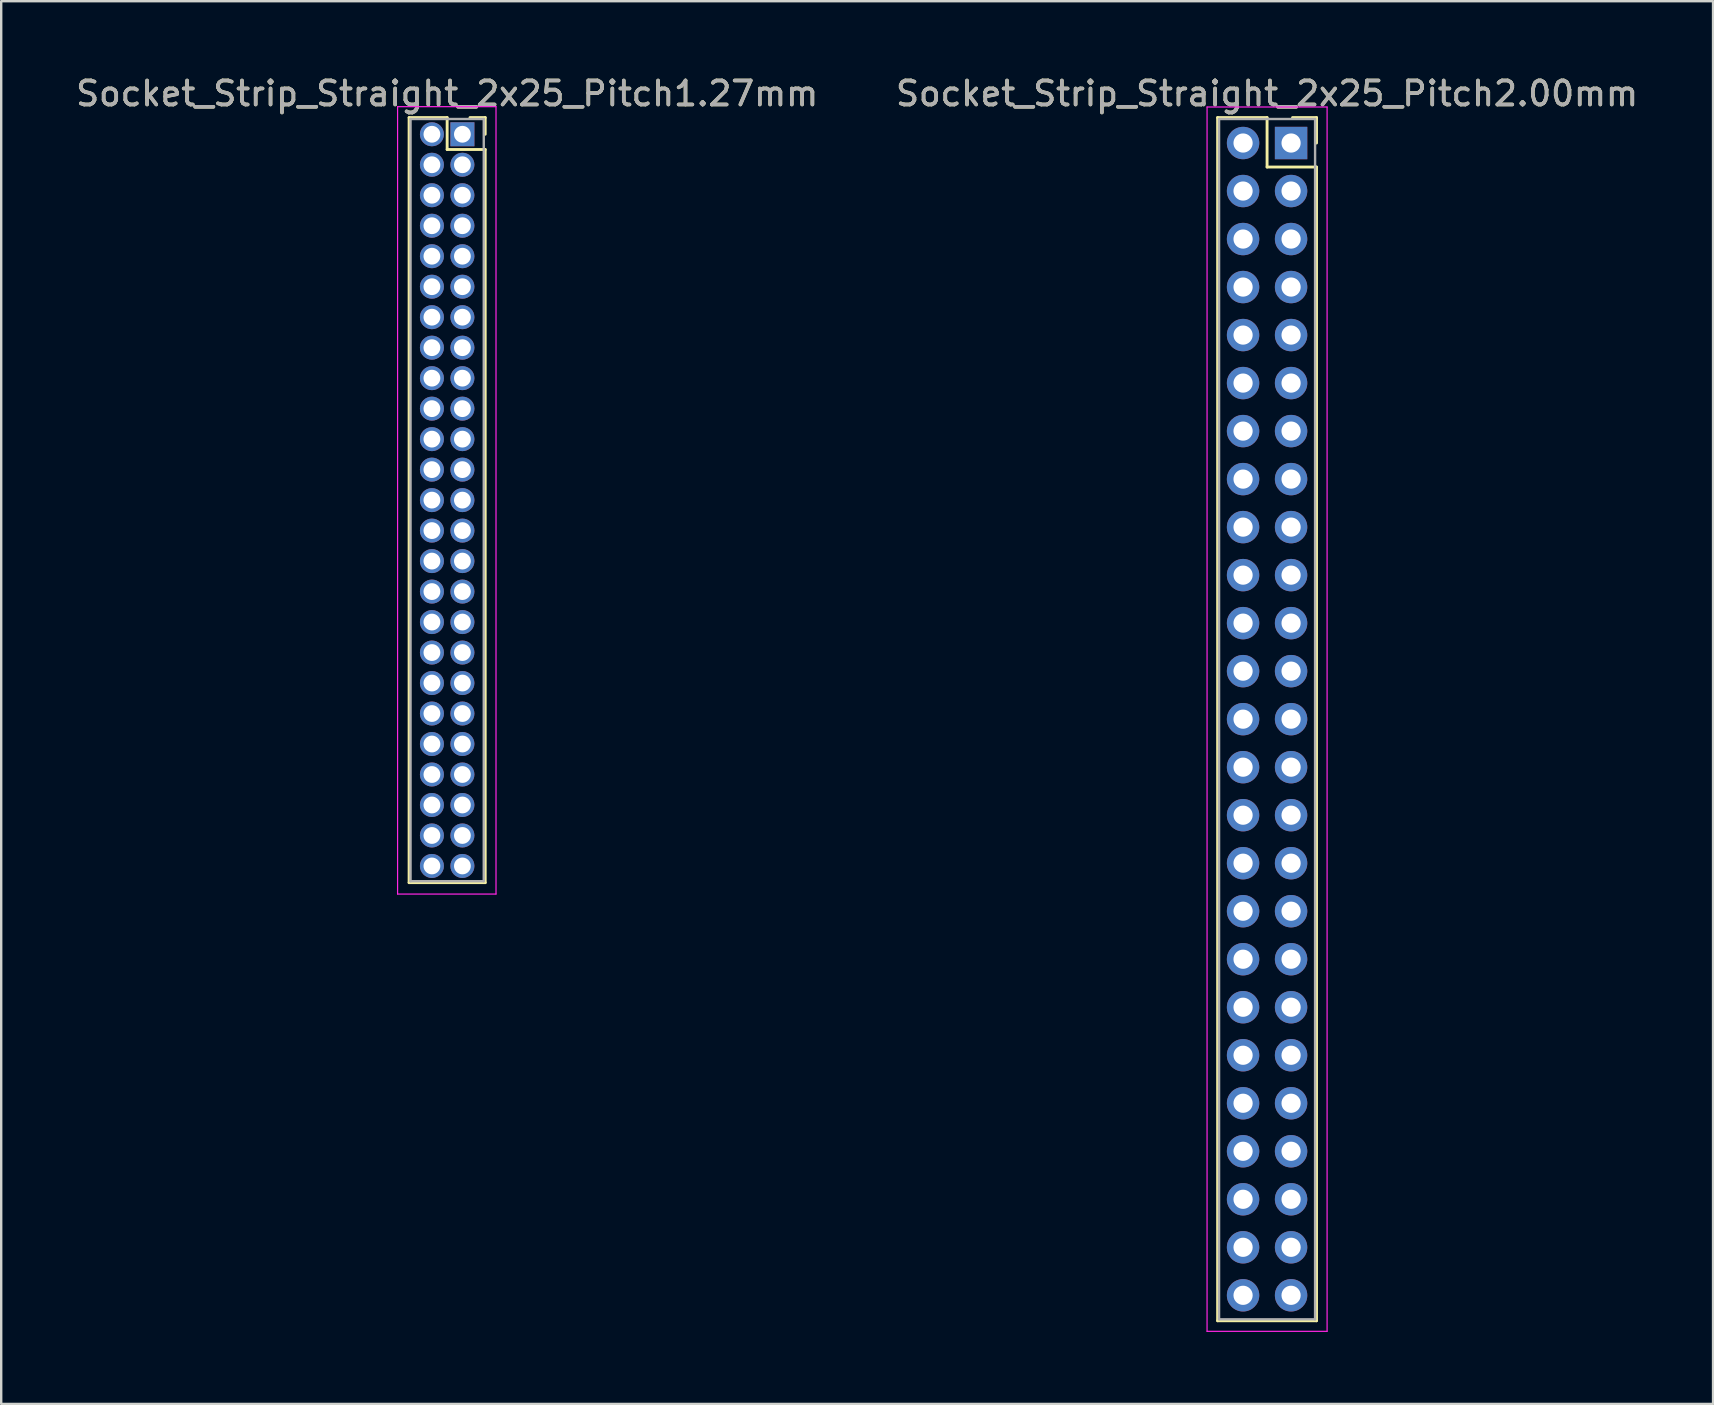
<source format=kicad_pcb>
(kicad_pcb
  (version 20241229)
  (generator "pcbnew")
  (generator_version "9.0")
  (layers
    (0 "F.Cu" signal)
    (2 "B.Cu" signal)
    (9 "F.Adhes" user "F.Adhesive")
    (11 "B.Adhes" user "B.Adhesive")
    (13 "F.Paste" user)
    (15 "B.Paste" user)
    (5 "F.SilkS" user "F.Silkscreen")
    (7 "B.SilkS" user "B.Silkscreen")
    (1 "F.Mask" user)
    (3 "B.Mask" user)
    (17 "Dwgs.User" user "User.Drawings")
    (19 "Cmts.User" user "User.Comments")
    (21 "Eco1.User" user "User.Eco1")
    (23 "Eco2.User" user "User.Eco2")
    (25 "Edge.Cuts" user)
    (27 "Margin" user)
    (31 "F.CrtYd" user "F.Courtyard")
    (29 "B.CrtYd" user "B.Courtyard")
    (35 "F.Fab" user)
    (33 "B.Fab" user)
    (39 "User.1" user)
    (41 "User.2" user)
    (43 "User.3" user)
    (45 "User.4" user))
  (footprint "Socket_Strip_Straight_2x25_Pitch2.00mm"
    (layer "F.Cu")
    (at 50.732 2.908)
    (property "Reference" "Socket_Strip_Straight_2x25_Pitch2.00mm" (at -1 -2.06 0) (layer "F.SilkS") (effects (font (size 1 1) (thickness 0.15))))
    (attr through_hole)
    (fp_line (start -3.06 -1.06) (end -1 -1.06) (stroke (width 0.12) (type solid)) (layer "F.SilkS"))
    (fp_line (start -3.06 49.06) (end -3.06 -1.06) (stroke (width 0.12) (type solid)) (layer "F.SilkS"))
    (fp_line (start -1 -1.06) (end -1 1) (stroke (width 0.12) (type solid)) (layer "F.SilkS"))
    (fp_line (start -1 1) (end 1.06 1) (stroke (width 0.12) (type solid)) (layer "F.SilkS"))
    (fp_line (start 1.06 -1.06) (end 0.06 -1.06) (stroke (width 0.12) (type solid)) (layer "F.SilkS"))
    (fp_line (start 1.06 0) (end 1.06 -1.06) (stroke (width 0.12) (type solid)) (layer "F.SilkS"))
    (fp_line (start 1.06 1) (end 1.06 49.06) (stroke (width 0.12) (type solid)) (layer "F.SilkS"))
    (fp_line (start 1.06 49.06) (end -3.06 49.06) (stroke (width 0.12) (type solid)) (layer "F.SilkS"))
    (fp_line (start -3.5 -1.5) (end -3.5 49.5) (stroke (width 0.05) (type solid)) (layer "F.CrtYd"))
    (fp_line (start -3.5 49.5) (end 1.5 49.5) (stroke (width 0.05) (type solid)) (layer "F.CrtYd"))
    (fp_line (start 1.5 -1.5) (end -3.5 -1.5) (stroke (width 0.05) (type solid)) (layer "F.CrtYd"))
    (fp_line (start 1.5 49.5) (end 1.5 -1.5) (stroke (width 0.05) (type solid)) (layer "F.CrtYd"))
    (fp_line (start -3 -1) (end -3 49) (stroke (width 0.1) (type solid)) (layer "F.Fab"))
    (fp_line (start -3 49) (end 1 49) (stroke (width 0.1) (type solid)) (layer "F.Fab"))
    (fp_line (start 1 -1) (end -3 -1) (stroke (width 0.1) (type solid)) (layer "F.Fab"))
    (fp_line (start 1 49) (end 1 -1) (stroke (width 0.1) (type solid)) (layer "F.Fab"))
    (fp_text user "${REFERENCE}" (at -1 -2.06 0) (layer "F.Fab") (effects (font (size 1 1) (thickness 0.15))))
    (pad "1" thru_hole rect (at 0 0) (size 1.35 1.35) (drill 0.8) (layers "*.Cu" "*.Mask"))
    (pad "2" thru_hole oval (at -2 0) (size 1.35 1.35) (drill 0.8) (layers "*.Cu" "*.Mask"))
    (pad "3" thru_hole oval (at 0 2) (size 1.35 1.35) (drill 0.8) (layers "*.Cu" "*.Mask"))
    (pad "4" thru_hole oval (at -2 2) (size 1.35 1.35) (drill 0.8) (layers "*.Cu" "*.Mask"))
    (pad "5" thru_hole oval (at 0 4) (size 1.35 1.35) (drill 0.8) (layers "*.Cu" "*.Mask"))
    (pad "6" thru_hole oval (at -2 4) (size 1.35 1.35) (drill 0.8) (layers "*.Cu" "*.Mask"))
    (pad "7" thru_hole oval (at 0 6) (size 1.35 1.35) (drill 0.8) (layers "*.Cu" "*.Mask"))
    (pad "8" thru_hole oval (at -2 6) (size 1.35 1.35) (drill 0.8) (layers "*.Cu" "*.Mask"))
    (pad "9" thru_hole oval (at 0 8) (size 1.35 1.35) (drill 0.8) (layers "*.Cu" "*.Mask"))
    (pad "10" thru_hole oval (at -2 8) (size 1.35 1.35) (drill 0.8) (layers "*.Cu" "*.Mask"))
    (pad "11" thru_hole oval (at 0 10) (size 1.35 1.35) (drill 0.8) (layers "*.Cu" "*.Mask"))
    (pad "12" thru_hole oval (at -2 10) (size 1.35 1.35) (drill 0.8) (layers "*.Cu" "*.Mask"))
    (pad "13" thru_hole oval (at 0 12) (size 1.35 1.35) (drill 0.8) (layers "*.Cu" "*.Mask"))
    (pad "14" thru_hole oval (at -2 12) (size 1.35 1.35) (drill 0.8) (layers "*.Cu" "*.Mask"))
    (pad "15" thru_hole oval (at 0 14) (size 1.35 1.35) (drill 0.8) (layers "*.Cu" "*.Mask"))
    (pad "16" thru_hole oval (at -2 14) (size 1.35 1.35) (drill 0.8) (layers "*.Cu" "*.Mask"))
    (pad "17" thru_hole oval (at 0 16) (size 1.35 1.35) (drill 0.8) (layers "*.Cu" "*.Mask"))
    (pad "18" thru_hole oval (at -2 16) (size 1.35 1.35) (drill 0.8) (layers "*.Cu" "*.Mask"))
    (pad "19" thru_hole oval (at 0 18) (size 1.35 1.35) (drill 0.8) (layers "*.Cu" "*.Mask"))
    (pad "20" thru_hole oval (at -2 18) (size 1.35 1.35) (drill 0.8) (layers "*.Cu" "*.Mask"))
    (pad "21" thru_hole oval (at 0 20) (size 1.35 1.35) (drill 0.8) (layers "*.Cu" "*.Mask"))
    (pad "22" thru_hole oval (at -2 20) (size 1.35 1.35) (drill 0.8) (layers "*.Cu" "*.Mask"))
    (pad "23" thru_hole oval (at 0 22) (size 1.35 1.35) (drill 0.8) (layers "*.Cu" "*.Mask"))
    (pad "24" thru_hole oval (at -2 22) (size 1.35 1.35) (drill 0.8) (layers "*.Cu" "*.Mask"))
    (pad "25" thru_hole oval (at 0 24) (size 1.35 1.35) (drill 0.8) (layers "*.Cu" "*.Mask"))
    (pad "26" thru_hole oval (at -2 24) (size 1.35 1.35) (drill 0.8) (layers "*.Cu" "*.Mask"))
    (pad "27" thru_hole oval (at 0 26) (size 1.35 1.35) (drill 0.8) (layers "*.Cu" "*.Mask"))
    (pad "28" thru_hole oval (at -2 26) (size 1.35 1.35) (drill 0.8) (layers "*.Cu" "*.Mask"))
    (pad "29" thru_hole oval (at 0 28) (size 1.35 1.35) (drill 0.8) (layers "*.Cu" "*.Mask"))
    (pad "30" thru_hole oval (at -2 28) (size 1.35 1.35) (drill 0.8) (layers "*.Cu" "*.Mask"))
    (pad "31" thru_hole oval (at 0 30) (size 1.35 1.35) (drill 0.8) (layers "*.Cu" "*.Mask"))
    (pad "32" thru_hole oval (at -2 30) (size 1.35 1.35) (drill 0.8) (layers "*.Cu" "*.Mask"))
    (pad "33" thru_hole oval (at 0 32) (size 1.35 1.35) (drill 0.8) (layers "*.Cu" "*.Mask"))
    (pad "34" thru_hole oval (at -2 32) (size 1.35 1.35) (drill 0.8) (layers "*.Cu" "*.Mask"))
    (pad "35" thru_hole oval (at 0 34) (size 1.35 1.35) (drill 0.8) (layers "*.Cu" "*.Mask"))
    (pad "36" thru_hole oval (at -2 34) (size 1.35 1.35) (drill 0.8) (layers "*.Cu" "*.Mask"))
    (pad "37" thru_hole oval (at 0 36) (size 1.35 1.35) (drill 0.8) (layers "*.Cu" "*.Mask"))
    (pad "38" thru_hole oval (at -2 36) (size 1.35 1.35) (drill 0.8) (layers "*.Cu" "*.Mask"))
    (pad "39" thru_hole oval (at 0 38) (size 1.35 1.35) (drill 0.8) (layers "*.Cu" "*.Mask"))
    (pad "40" thru_hole oval (at -2 38) (size 1.35 1.35) (drill 0.8) (layers "*.Cu" "*.Mask"))
    (pad "41" thru_hole oval (at 0 40) (size 1.35 1.35) (drill 0.8) (layers "*.Cu" "*.Mask"))
    (pad "42" thru_hole oval (at -2 40) (size 1.35 1.35) (drill 0.8) (layers "*.Cu" "*.Mask"))
    (pad "43" thru_hole oval (at 0 42) (size 1.35 1.35) (drill 0.8) (layers "*.Cu" "*.Mask"))
    (pad "44" thru_hole oval (at -2 42) (size 1.35 1.35) (drill 0.8) (layers "*.Cu" "*.Mask"))
    (pad "45" thru_hole oval (at 0 44) (size 1.35 1.35) (drill 0.8) (layers "*.Cu" "*.Mask"))
    (pad "46" thru_hole oval (at -2 44) (size 1.35 1.35) (drill 0.8) (layers "*.Cu" "*.Mask"))
    (pad "47" thru_hole oval (at 0 46) (size 1.35 1.35) (drill 0.8) (layers "*.Cu" "*.Mask"))
    (pad "48" thru_hole oval (at -2 46) (size 1.35 1.35) (drill 0.8) (layers "*.Cu" "*.Mask"))
    (pad "49" thru_hole oval (at 0 48) (size 1.35 1.35) (drill 0.8) (layers "*.Cu" "*.Mask"))
    (pad "50" thru_hole oval (at -2 48) (size 1.35 1.35) (drill 0.8) (layers "*.Cu" "*.Mask")))
  (footprint "Socket_Strip_Straight_2x25_Pitch1.27mm"
    (layer "F.Cu")
    (at 16.212 2.543)
    (property "Reference" "Socket_Strip_Straight_2x25_Pitch1.27mm" (at -0.635 -1.695 0) (layer "F.SilkS") (effects (font (size 1 1) (thickness 0.15))))
    (attr through_hole)
    (fp_line (start -2.22 -0.695) (end -0.635 -0.695) (stroke (width 0.12) (type solid)) (layer "F.SilkS"))
    (fp_line (start -2.22 31.175) (end -2.22 -0.695) (stroke (width 0.12) (type solid)) (layer "F.SilkS"))
    (fp_line (start -0.635 -0.695) (end -0.635 0.635) (stroke (width 0.12) (type solid)) (layer "F.SilkS"))
    (fp_line (start -0.635 0.635) (end 0.95 0.635) (stroke (width 0.12) (type solid)) (layer "F.SilkS"))
    (fp_line (start 0.95 -0.695) (end 0.315 -0.695) (stroke (width 0.12) (type solid)) (layer "F.SilkS"))
    (fp_line (start 0.95 0) (end 0.95 -0.695) (stroke (width 0.12) (type solid)) (layer "F.SilkS"))
    (fp_line (start 0.95 0.635) (end 0.95 31.175) (stroke (width 0.12) (type solid)) (layer "F.SilkS"))
    (fp_line (start 0.95 31.175) (end -2.22 31.175) (stroke (width 0.12) (type solid)) (layer "F.SilkS"))
    (fp_line (start -2.7 -1.15) (end -2.7 31.65) (stroke (width 0.05) (type solid)) (layer "F.CrtYd"))
    (fp_line (start -2.7 31.65) (end 1.4 31.65) (stroke (width 0.05) (type solid)) (layer "F.CrtYd"))
    (fp_line (start 1.4 -1.15) (end -2.7 -1.15) (stroke (width 0.05) (type solid)) (layer "F.CrtYd"))
    (fp_line (start 1.4 31.65) (end 1.4 -1.15) (stroke (width 0.05) (type solid)) (layer "F.CrtYd"))
    (fp_line (start -2.16 -0.635) (end -2.16 31.115) (stroke (width 0.1) (type solid)) (layer "F.Fab"))
    (fp_line (start -2.16 31.115) (end 0.89 31.115) (stroke (width 0.1) (type solid)) (layer "F.Fab"))
    (fp_line (start 0.89 -0.635) (end -2.16 -0.635) (stroke (width 0.1) (type solid)) (layer "F.Fab"))
    (fp_line (start 0.89 31.115) (end 0.89 -0.635) (stroke (width 0.1) (type solid)) (layer "F.Fab"))
    (fp_text user "${REFERENCE}" (at -0.635 -1.695 0) (layer "F.Fab") (effects (font (size 1 1) (thickness 0.15))))
    (pad "1" thru_hole rect (at 0 0) (size 1 1) (drill 0.7) (layers "*.Cu" "*.Mask"))
    (pad "2" thru_hole oval (at -1.27 0) (size 1 1) (drill 0.7) (layers "*.Cu" "*.Mask"))
    (pad "3" thru_hole oval (at 0 1.27) (size 1 1) (drill 0.7) (layers "*.Cu" "*.Mask"))
    (pad "4" thru_hole oval (at -1.27 1.27) (size 1 1) (drill 0.7) (layers "*.Cu" "*.Mask"))
    (pad "5" thru_hole oval (at 0 2.54) (size 1 1) (drill 0.7) (layers "*.Cu" "*.Mask"))
    (pad "6" thru_hole oval (at -1.27 2.54) (size 1 1) (drill 0.7) (layers "*.Cu" "*.Mask"))
    (pad "7" thru_hole oval (at 0 3.81) (size 1 1) (drill 0.7) (layers "*.Cu" "*.Mask"))
    (pad "8" thru_hole oval (at -1.27 3.81) (size 1 1) (drill 0.7) (layers "*.Cu" "*.Mask"))
    (pad "9" thru_hole oval (at 0 5.08) (size 1 1) (drill 0.7) (layers "*.Cu" "*.Mask"))
    (pad "10" thru_hole oval (at -1.27 5.08) (size 1 1) (drill 0.7) (layers "*.Cu" "*.Mask"))
    (pad "11" thru_hole oval (at 0 6.35) (size 1 1) (drill 0.7) (layers "*.Cu" "*.Mask"))
    (pad "12" thru_hole oval (at -1.27 6.35) (size 1 1) (drill 0.7) (layers "*.Cu" "*.Mask"))
    (pad "13" thru_hole oval (at 0 7.62) (size 1 1) (drill 0.7) (layers "*.Cu" "*.Mask"))
    (pad "14" thru_hole oval (at -1.27 7.62) (size 1 1) (drill 0.7) (layers "*.Cu" "*.Mask"))
    (pad "15" thru_hole oval (at 0 8.89) (size 1 1) (drill 0.7) (layers "*.Cu" "*.Mask"))
    (pad "16" thru_hole oval (at -1.27 8.89) (size 1 1) (drill 0.7) (layers "*.Cu" "*.Mask"))
    (pad "17" thru_hole oval (at 0 10.16) (size 1 1) (drill 0.7) (layers "*.Cu" "*.Mask"))
    (pad "18" thru_hole oval (at -1.27 10.16) (size 1 1) (drill 0.7) (layers "*.Cu" "*.Mask"))
    (pad "19" thru_hole oval (at 0 11.43) (size 1 1) (drill 0.7) (layers "*.Cu" "*.Mask"))
    (pad "20" thru_hole oval (at -1.27 11.43) (size 1 1) (drill 0.7) (layers "*.Cu" "*.Mask"))
    (pad "21" thru_hole oval (at 0 12.7) (size 1 1) (drill 0.7) (layers "*.Cu" "*.Mask"))
    (pad "22" thru_hole oval (at -1.27 12.7) (size 1 1) (drill 0.7) (layers "*.Cu" "*.Mask"))
    (pad "23" thru_hole oval (at 0 13.97) (size 1 1) (drill 0.7) (layers "*.Cu" "*.Mask"))
    (pad "24" thru_hole oval (at -1.27 13.97) (size 1 1) (drill 0.7) (layers "*.Cu" "*.Mask"))
    (pad "25" thru_hole oval (at 0 15.24) (size 1 1) (drill 0.7) (layers "*.Cu" "*.Mask"))
    (pad "26" thru_hole oval (at -1.27 15.24) (size 1 1) (drill 0.7) (layers "*.Cu" "*.Mask"))
    (pad "27" thru_hole oval (at 0 16.51) (size 1 1) (drill 0.7) (layers "*.Cu" "*.Mask"))
    (pad "28" thru_hole oval (at -1.27 16.51) (size 1 1) (drill 0.7) (layers "*.Cu" "*.Mask"))
    (pad "29" thru_hole oval (at 0 17.78) (size 1 1) (drill 0.7) (layers "*.Cu" "*.Mask"))
    (pad "30" thru_hole oval (at -1.27 17.78) (size 1 1) (drill 0.7) (layers "*.Cu" "*.Mask"))
    (pad "31" thru_hole oval (at 0 19.05) (size 1 1) (drill 0.7) (layers "*.Cu" "*.Mask"))
    (pad "32" thru_hole oval (at -1.27 19.05) (size 1 1) (drill 0.7) (layers "*.Cu" "*.Mask"))
    (pad "33" thru_hole oval (at 0 20.32) (size 1 1) (drill 0.7) (layers "*.Cu" "*.Mask"))
    (pad "34" thru_hole oval (at -1.27 20.32) (size 1 1) (drill 0.7) (layers "*.Cu" "*.Mask"))
    (pad "35" thru_hole oval (at 0 21.59) (size 1 1) (drill 0.7) (layers "*.Cu" "*.Mask"))
    (pad "36" thru_hole oval (at -1.27 21.59) (size 1 1) (drill 0.7) (layers "*.Cu" "*.Mask"))
    (pad "37" thru_hole oval (at 0 22.86) (size 1 1) (drill 0.7) (layers "*.Cu" "*.Mask"))
    (pad "38" thru_hole oval (at -1.27 22.86) (size 1 1) (drill 0.7) (layers "*.Cu" "*.Mask"))
    (pad "39" thru_hole oval (at 0 24.13) (size 1 1) (drill 0.7) (layers "*.Cu" "*.Mask"))
    (pad "40" thru_hole oval (at -1.27 24.13) (size 1 1) (drill 0.7) (layers "*.Cu" "*.Mask"))
    (pad "41" thru_hole oval (at 0 25.4) (size 1 1) (drill 0.7) (layers "*.Cu" "*.Mask"))
    (pad "42" thru_hole oval (at -1.27 25.4) (size 1 1) (drill 0.7) (layers "*.Cu" "*.Mask"))
    (pad "43" thru_hole oval (at 0 26.67) (size 1 1) (drill 0.7) (layers "*.Cu" "*.Mask"))
    (pad "44" thru_hole oval (at -1.27 26.67) (size 1 1) (drill 0.7) (layers "*.Cu" "*.Mask"))
    (pad "45" thru_hole oval (at 0 27.94) (size 1 1) (drill 0.7) (layers "*.Cu" "*.Mask"))
    (pad "46" thru_hole oval (at -1.27 27.94) (size 1 1) (drill 0.7) (layers "*.Cu" "*.Mask"))
    (pad "47" thru_hole oval (at 0 29.21) (size 1 1) (drill 0.7) (layers "*.Cu" "*.Mask"))
    (pad "48" thru_hole oval (at -1.27 29.21) (size 1 1) (drill 0.7) (layers "*.Cu" "*.Mask"))
    (pad "49" thru_hole oval (at 0 30.48) (size 1 1) (drill 0.7) (layers "*.Cu" "*.Mask"))
    (pad "50" thru_hole oval (at -1.27 30.48) (size 1 1) (drill 0.7) (layers "*.Cu" "*.Mask")))
  (gr_rect
    (start -3 -3)
    (end 68.31 55.433)
    (stroke (width 0.1) (type default))
    (fill no)
    (layer "Edge.Cuts")))
</source>
